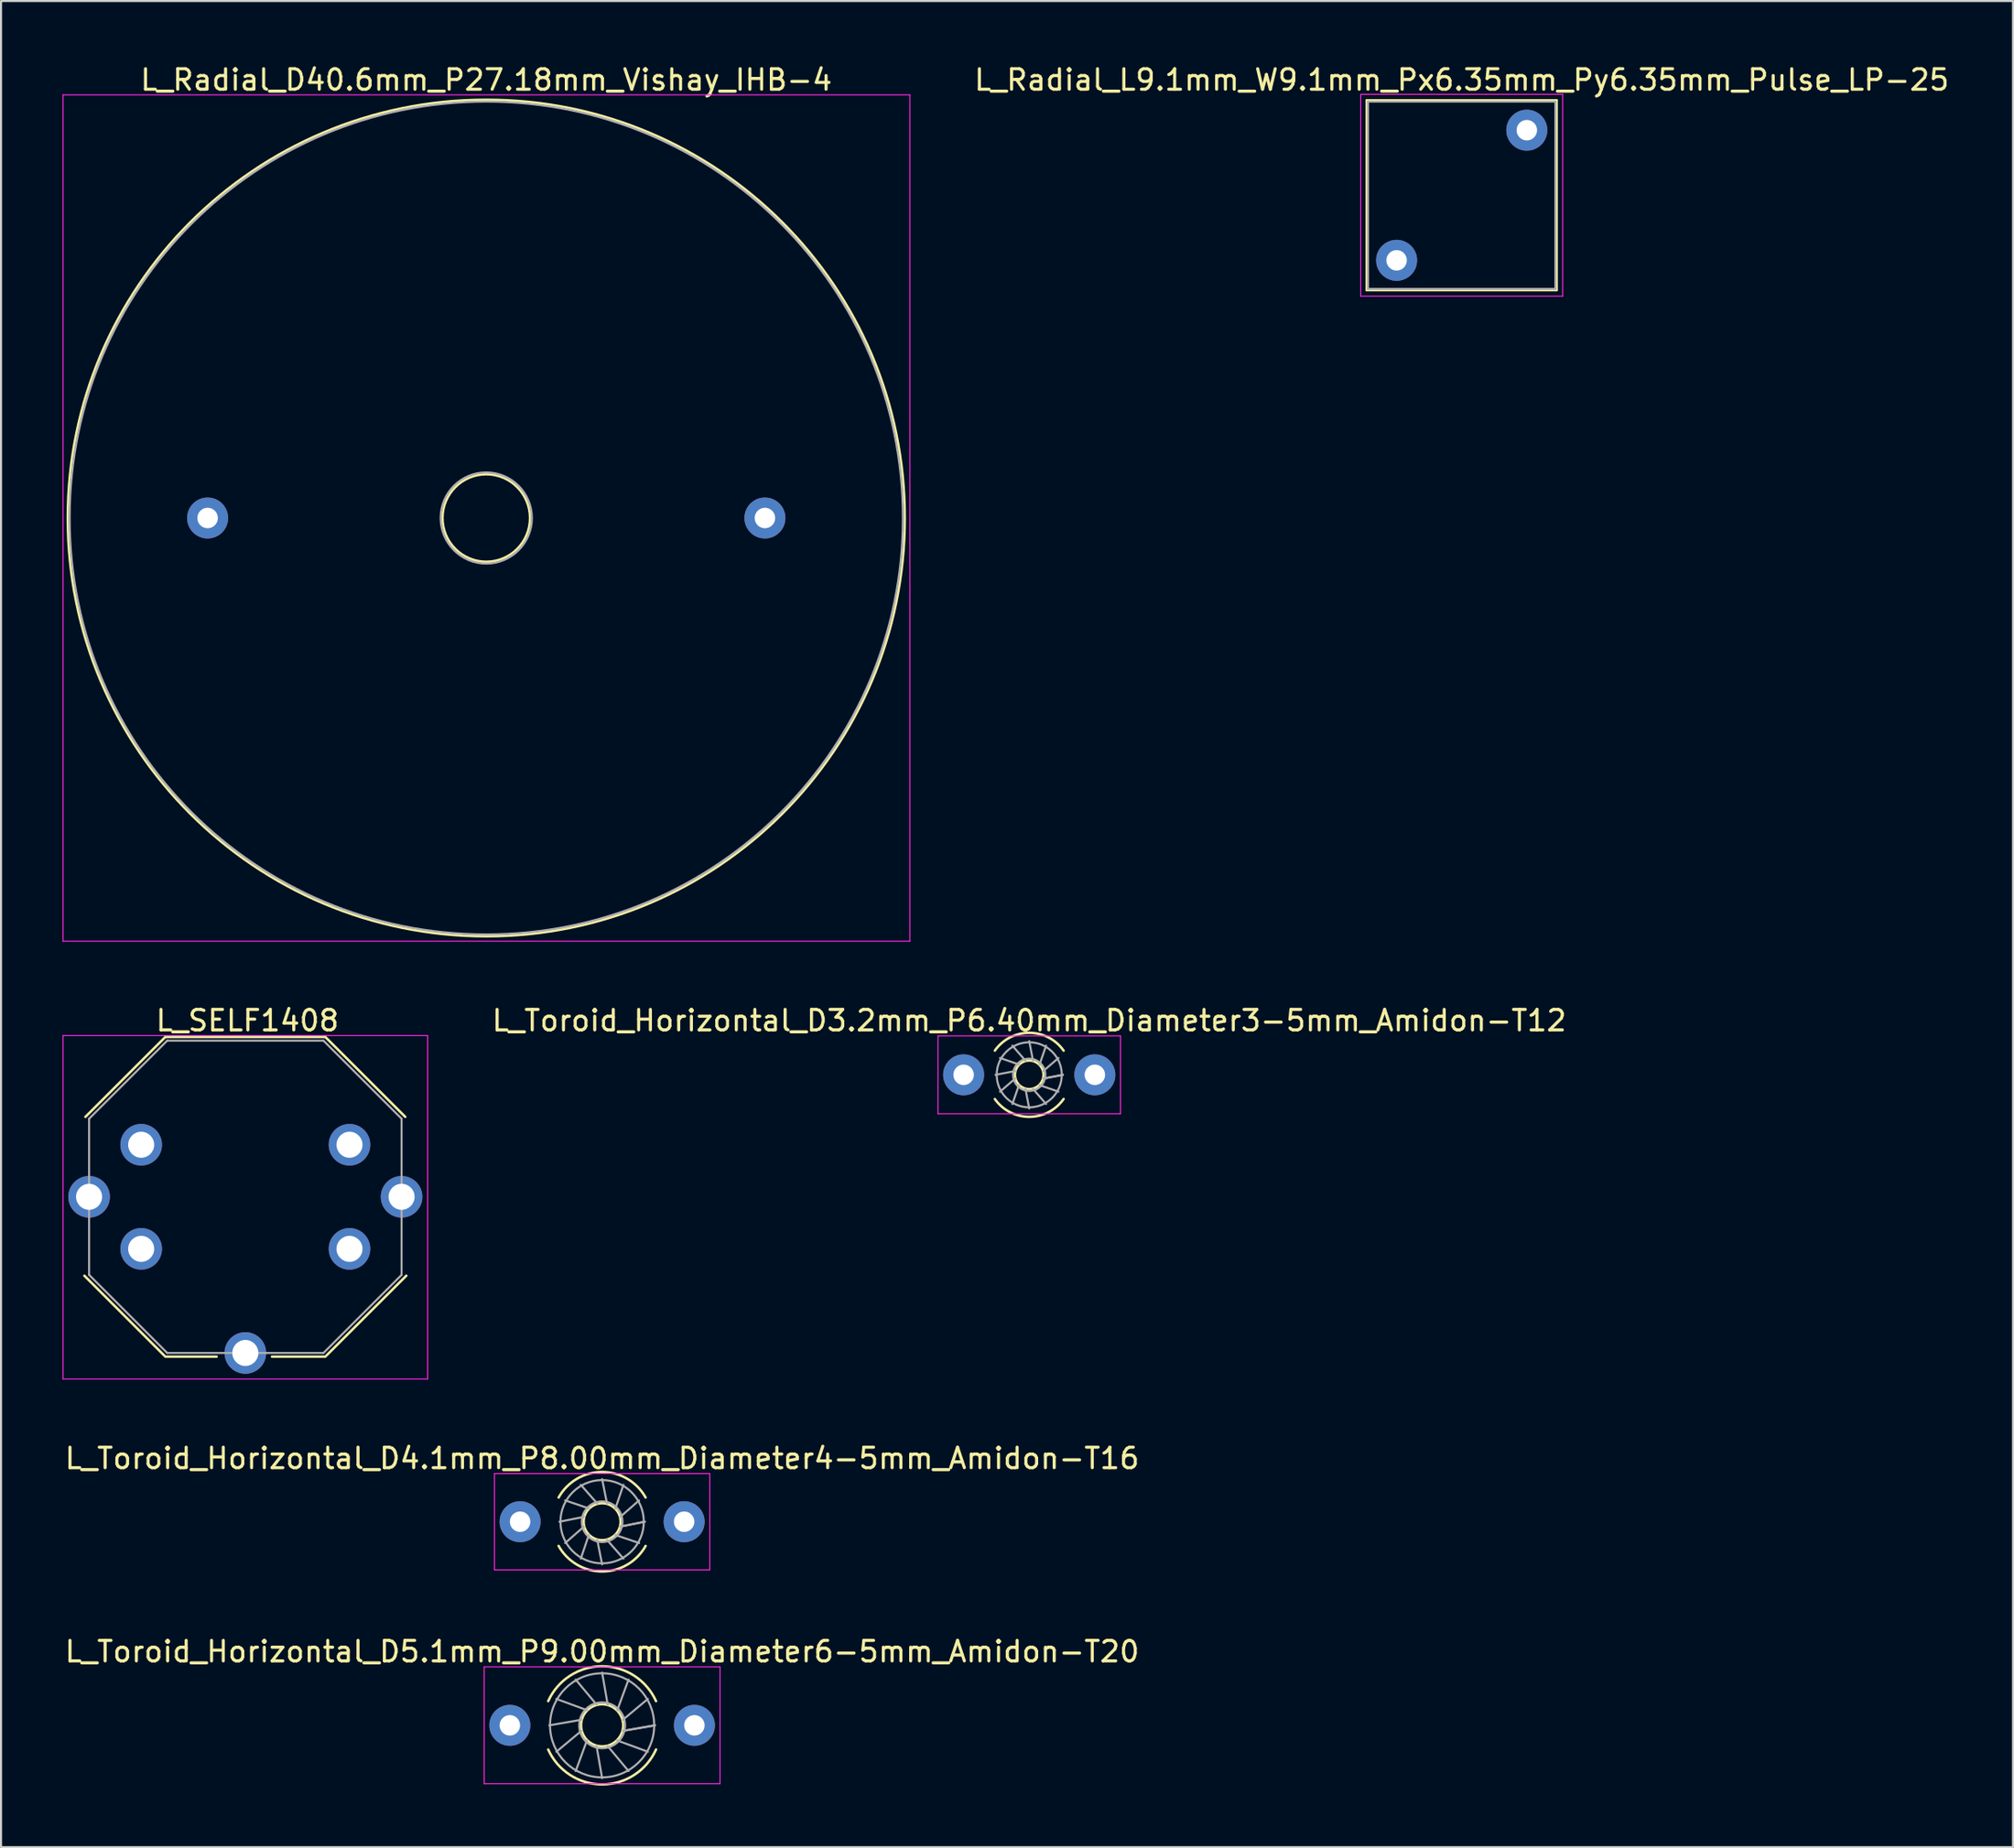
<source format=kicad_pcb>
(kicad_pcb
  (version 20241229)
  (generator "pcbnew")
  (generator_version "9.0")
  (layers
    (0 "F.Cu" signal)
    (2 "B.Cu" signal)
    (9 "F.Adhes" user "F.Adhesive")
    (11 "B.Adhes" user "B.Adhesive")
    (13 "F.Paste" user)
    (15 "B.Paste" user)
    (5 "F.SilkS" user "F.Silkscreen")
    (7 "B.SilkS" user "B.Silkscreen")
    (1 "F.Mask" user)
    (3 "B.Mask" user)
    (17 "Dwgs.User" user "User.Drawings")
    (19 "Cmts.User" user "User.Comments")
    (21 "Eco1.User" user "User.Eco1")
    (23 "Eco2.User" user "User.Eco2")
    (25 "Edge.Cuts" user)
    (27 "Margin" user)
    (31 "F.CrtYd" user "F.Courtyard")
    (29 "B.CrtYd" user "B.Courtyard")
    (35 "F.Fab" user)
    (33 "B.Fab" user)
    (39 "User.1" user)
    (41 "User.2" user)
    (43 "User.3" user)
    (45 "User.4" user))
  (footprint "L_Toroid_Horizontal_D5.1mm_P9.00mm_Diameter6-5mm_Amidon-T20"
    (layer "F.Cu")
    (at 21.815 81.143)
    (property "Reference" "L_Toroid_Horizontal_D5.1mm_P9.00mm_Diameter6-5mm_Amidon-T20" (at 4.5 -3.6 0) (layer "F.SilkS") (effects (font (size 1 1) (thickness 0.15))))
    (attr through_hole)
    (fp_arc (start 1.87 -1.18) (mid 4.50072 -2.882586) (end 7.130589 -1.178687) (stroke (width 0.12) (type solid)) (layer "F.SilkS"))
    (fp_arc (start 7.130589 1.178687) (mid 4.50072 2.882586) (end 1.87 1.18) (stroke (width 0.12) (type solid)) (layer "F.SilkS"))
    (fp_circle (center 4.5 0) (end 5.528 0) (stroke (width 0.12) (type solid)) (fill no) (layer "F.SilkS"))
    (fp_line (start -1.25 -2.85) (end -1.25 2.85) (stroke (width 0.05) (type solid)) (layer "F.CrtYd"))
    (fp_line (start -1.25 2.85) (end 10.25 2.85) (stroke (width 0.05) (type solid)) (layer "F.CrtYd"))
    (fp_line (start 10.25 -2.85) (end -1.25 -2.85) (stroke (width 0.05) (type solid)) (layer "F.CrtYd"))
    (fp_line (start 10.25 2.85) (end 10.25 -2.85) (stroke (width 0.05) (type solid)) (layer "F.CrtYd"))
    (fp_line (start 1.923 0.000239) (end 3.488 -0.271) (stroke (width 0.1) (type solid)) (layer "F.Fab"))
    (fp_line (start 2.268 -1.288) (end 3.759 -0.741) (stroke (width 0.1) (type solid)) (layer "F.Fab"))
    (fp_line (start 2.268 1.289) (end 3.488 0.271) (stroke (width 0.1) (type solid)) (layer "F.Fab"))
    (fp_line (start 3.211 -2.232) (end 4.229 -1.012) (stroke (width 0.1) (type solid)) (layer "F.Fab"))
    (fp_line (start 3.211 2.232) (end 3.759 0.741) (stroke (width 0.1) (type solid)) (layer "F.Fab"))
    (fp_line (start 4.5 -2.577) (end 4.771 -1.012) (stroke (width 0.1) (type solid)) (layer "F.Fab"))
    (fp_line (start 4.5 2.577) (end 4.229 1.012) (stroke (width 0.1) (type solid)) (layer "F.Fab"))
    (fp_line (start 5.788 -2.232) (end 5.241 -0.741) (stroke (width 0.1) (type solid)) (layer "F.Fab"))
    (fp_line (start 5.789 2.232) (end 4.771 1.012) (stroke (width 0.1) (type solid)) (layer "F.Fab"))
    (fp_line (start 6.732 -1.289) (end 5.512 -0.271) (stroke (width 0.1) (type solid)) (layer "F.Fab"))
    (fp_line (start 6.732 1.289) (end 5.241 0.741) (stroke (width 0.1) (type solid)) (layer "F.Fab"))
    (fp_line (start 7.077 -0.000478) (end 5.512 0.271) (stroke (width 0.1) (type solid)) (layer "F.Fab"))
    (fp_line (start 7.077 0) (end 5.512 0.271) (stroke (width 0.1) (type solid)) (layer "F.Fab"))
    (fp_circle (center 4.5 0) (end 5.618 0) (stroke (width 0.1) (type solid)) (fill no) (layer "F.Fab"))
    (fp_circle (center 4.5 0) (end 7.04 0) (stroke (width 0.1) (type solid)) (fill no) (layer "F.Fab"))
    (pad "1" thru_hole circle (at 0 0) (size 2 2) (drill 1) (layers "*.Cu" "*.Mask"))
    (pad "2" thru_hole circle (at 9 0) (size 2 2) (drill 1) (layers "*.Cu" "*.Mask")))
  (footprint "L_Toroid_Horizontal_D4.1mm_P8.00mm_Diameter4-5mm_Amidon-T16"
    (layer "F.Cu")
    (at 22.315 71.207)
    (property "Reference" "L_Toroid_Horizontal_D4.1mm_P8.00mm_Diameter4-5mm_Amidon-T16" (at 4 -3.092 0) (layer "F.SilkS") (effects (font (size 1 1) (thickness 0.15))))
    (attr through_hole)
    (fp_arc (start 1.878 -1.18) (mid 3.999048 -2.42802) (end 6.121074 -1.181664) (stroke (width 0.12) (type solid)) (layer "F.SilkS"))
    (fp_arc (start 6.121074 1.181664) (mid 3.999048 2.428021) (end 1.878 1.18) (stroke (width 0.12) (type solid)) (layer "F.SilkS"))
    (fp_circle (center 4 0) (end 4.901 0) (stroke (width 0.12) (type solid)) (fill no) (layer "F.SilkS"))
    (fp_line (start -1.25 -2.35) (end -1.25 2.35) (stroke (width 0.05) (type solid)) (layer "F.CrtYd"))
    (fp_line (start -1.25 2.35) (end 9.25 2.35) (stroke (width 0.05) (type solid)) (layer "F.CrtYd"))
    (fp_line (start 9.25 -2.35) (end -1.25 -2.35) (stroke (width 0.05) (type solid)) (layer "F.CrtYd"))
    (fp_line (start 9.25 2.35) (end 9.25 -2.35) (stroke (width 0.05) (type solid)) (layer "F.CrtYd"))
    (fp_line (start 1.92 0.000193) (end 3.113 -0.238) (stroke (width 0.1) (type solid)) (layer "F.Fab"))
    (fp_line (start 2.199 -1.04) (end 3.35 -0.649) (stroke (width 0.1) (type solid)) (layer "F.Fab"))
    (fp_line (start 2.199 1.04) (end 3.113 0.238) (stroke (width 0.1) (type solid)) (layer "F.Fab"))
    (fp_line (start 2.96 -1.801) (end 3.762 -0.887) (stroke (width 0.1) (type solid)) (layer "F.Fab"))
    (fp_line (start 2.96 1.801) (end 3.35 0.65) (stroke (width 0.1) (type solid)) (layer "F.Fab"))
    (fp_line (start 4 -2.08) (end 4.238 -0.887) (stroke (width 0.1) (type solid)) (layer "F.Fab"))
    (fp_line (start 4 2.08) (end 3.762 0.887) (stroke (width 0.1) (type solid)) (layer "F.Fab"))
    (fp_line (start 5.04 -1.801) (end 4.649 -0.65) (stroke (width 0.1) (type solid)) (layer "F.Fab"))
    (fp_line (start 5.04 1.801) (end 4.238 0.887) (stroke (width 0.1) (type solid)) (layer "F.Fab"))
    (fp_line (start 5.801 -1.04) (end 4.887 -0.238) (stroke (width 0.1) (type solid)) (layer "F.Fab"))
    (fp_line (start 5.801 1.04) (end 4.65 0.65) (stroke (width 0.1) (type solid)) (layer "F.Fab"))
    (fp_line (start 6.08 -0.000385) (end 4.887 0.238) (stroke (width 0.1) (type solid)) (layer "F.Fab"))
    (fp_line (start 6.08 0) (end 4.887 0.238) (stroke (width 0.1) (type solid)) (layer "F.Fab"))
    (fp_circle (center 4 0) (end 4.991 0) (stroke (width 0.1) (type solid)) (fill no) (layer "F.Fab"))
    (fp_circle (center 4 0) (end 6.032 0) (stroke (width 0.1) (type solid)) (fill no) (layer "F.Fab"))
    (pad "1" thru_hole circle (at 0 0) (size 2 2) (drill 1) (layers "*.Cu" "*.Mask"))
    (pad "2" thru_hole circle (at 8 0) (size 2 2) (drill 1) (layers "*.Cu" "*.Mask")))
  (footprint "L_Toroid_Horizontal_D3.2mm_P6.40mm_Diameter3-5mm_Amidon-T12"
    (layer "F.Cu")
    (at 43.945 49.399)
    (property "Reference" "L_Toroid_Horizontal_D3.2mm_P6.40mm_Diameter3-5mm_Amidon-T12" (at 3.2 -2.647 0) (layer "F.SilkS") (effects (font (size 1 1) (thickness 0.15))))
    (attr through_hole)
    (fp_arc (start 1.5225 -1.18) (mid 3.200845 -2.050952) (end 4.878472 -1.178617) (stroke (width 0.12) (type solid)) (layer "F.SilkS"))
    (fp_arc (start 4.878472 1.178617) (mid 3.200845 2.050952) (end 1.5225 1.18) (stroke (width 0.12) (type solid)) (layer "F.SilkS"))
    (fp_circle (center 3.2 0) (end 3.897 0) (stroke (width 0.12) (type solid)) (fill no) (layer "F.SilkS"))
    (fp_line (start -1.25 -1.9) (end -1.25 1.9) (stroke (width 0.05) (type solid)) (layer "F.CrtYd"))
    (fp_line (start -1.25 1.9) (end 7.65 1.9) (stroke (width 0.05) (type solid)) (layer "F.CrtYd"))
    (fp_line (start 7.65 -1.9) (end -1.25 -1.9) (stroke (width 0.05) (type solid)) (layer "F.CrtYd"))
    (fp_line (start 7.65 1.9) (end 7.65 -1.9) (stroke (width 0.05) (type solid)) (layer "F.CrtYd"))
    (fp_line (start 1.556 0.000152) (end 2.513 -0.184) (stroke (width 0.1) (type solid)) (layer "F.Fab"))
    (fp_line (start 1.776 -0.822) (end 2.697 -0.503) (stroke (width 0.1) (type solid)) (layer "F.Fab"))
    (fp_line (start 1.776 0.822) (end 2.513 0.184) (stroke (width 0.1) (type solid)) (layer "F.Fab"))
    (fp_line (start 2.378 -1.424) (end 3.016 -0.687) (stroke (width 0.1) (type solid)) (layer "F.Fab"))
    (fp_line (start 2.378 1.424) (end 2.697 0.503) (stroke (width 0.1) (type solid)) (layer "F.Fab"))
    (fp_line (start 3.2 -1.644) (end 3.384 -0.687) (stroke (width 0.1) (type solid)) (layer "F.Fab"))
    (fp_line (start 3.2 1.644) (end 3.016 0.687) (stroke (width 0.1) (type solid)) (layer "F.Fab"))
    (fp_line (start 4.022 -1.424) (end 3.703 -0.503) (stroke (width 0.1) (type solid)) (layer "F.Fab"))
    (fp_line (start 4.022 1.424) (end 3.384 0.687) (stroke (width 0.1) (type solid)) (layer "F.Fab"))
    (fp_line (start 4.624 -0.822) (end 3.887 -0.184) (stroke (width 0.1) (type solid)) (layer "F.Fab"))
    (fp_line (start 4.624 0.822) (end 3.703 0.503) (stroke (width 0.1) (type solid)) (layer "F.Fab"))
    (fp_line (start 4.844 -0.000305) (end 3.887 0.184) (stroke (width 0.1) (type solid)) (layer "F.Fab"))
    (fp_line (start 4.844 0) (end 3.887 0.184) (stroke (width 0.1) (type solid)) (layer "F.Fab"))
    (fp_circle (center 3.2 0) (end 3.987 0) (stroke (width 0.1) (type solid)) (fill no) (layer "F.Fab"))
    (fp_circle (center 3.2 0) (end 4.787 0) (stroke (width 0.1) (type solid)) (fill no) (layer "F.Fab"))
    (pad "1" thru_hole circle (at 0 0) (size 2 2) (drill 1) (layers "*.Cu" "*.Mask"))
    (pad "2" thru_hole circle (at 6.4 0) (size 2 2) (drill 1) (layers "*.Cu" "*.Mask")))
  (footprint "L_SELF1408"
    (layer "F.Cu")
    (at 1.295 55.352)
    (property "Reference" "L_SELF1408" (at 7.72 -8.6 0) (layer "F.SilkS") (effects (font (size 1 1) (thickness 0.15))))
    (attr through_hole)
    (fp_line (start -0.18 -3.9) (end 3.72 -7.8) (stroke (width 0.12) (type solid)) (layer "F.SilkS"))
    (fp_line (start 3.67 7.75) (end -0.23 3.85) (stroke (width 0.12) (type solid)) (layer "F.SilkS"))
    (fp_line (start 3.72 -7.8) (end 11.52 -7.8) (stroke (width 0.12) (type solid)) (layer "F.SilkS"))
    (fp_line (start 6.22 7.8) (end 3.72 7.8) (stroke (width 0.12) (type solid)) (layer "F.SilkS"))
    (fp_line (start 11.52 -7.8) (end 15.42 -3.9) (stroke (width 0.12) (type solid)) (layer "F.SilkS"))
    (fp_line (start 11.52 7.8) (end 8.92 7.8) (stroke (width 0.12) (type solid)) (layer "F.SilkS"))
    (fp_line (start 15.47 3.85) (end 11.57 7.75) (stroke (width 0.12) (type solid)) (layer "F.SilkS"))
    (fp_line (start -1.27 -7.87) (end -1.27 8.89) (stroke (width 0.05) (type solid)) (layer "F.CrtYd"))
    (fp_line (start -1.27 -7.87) (end 16.51 -7.87) (stroke (width 0.05) (type solid)) (layer "F.CrtYd"))
    (fp_line (start 16.51 8.89) (end -1.27 8.89) (stroke (width 0.05) (type solid)) (layer "F.CrtYd"))
    (fp_line (start 16.51 8.89) (end 16.51 -7.87) (stroke (width 0.05) (type solid)) (layer "F.CrtYd"))
    (fp_line (start 0 -3.81) (end 0 3.81) (stroke (width 0.1) (type solid)) (layer "F.Fab"))
    (fp_line (start 0 3.81) (end 3.81 7.62) (stroke (width 0.1) (type solid)) (layer "F.Fab"))
    (fp_line (start 3.81 -7.62) (end 0 -3.81) (stroke (width 0.1) (type solid)) (layer "F.Fab"))
    (fp_line (start 3.81 7.62) (end 11.43 7.62) (stroke (width 0.1) (type solid)) (layer "F.Fab"))
    (fp_line (start 11.43 -7.62) (end 3.81 -7.62) (stroke (width 0.1) (type solid)) (layer "F.Fab"))
    (fp_line (start 11.43 7.62) (end 15.24 3.81) (stroke (width 0.1) (type solid)) (layer "F.Fab"))
    (fp_line (start 15.24 -3.81) (end 11.43 -7.62) (stroke (width 0.1) (type solid)) (layer "F.Fab"))
    (fp_line (start 15.24 3.81) (end 15.24 -3.81) (stroke (width 0.1) (type solid)) (layer "F.Fab"))
    (pad "0" thru_hole circle (at 7.62 7.62) (size 2.03 2.03) (drill 1.27) (layers "*.Cu" "*.Mask"))
    (pad "1" thru_hole circle (at 0 0) (size 2.03 2.03) (drill 1.27) (layers "*.Cu" "*.Mask"))
    (pad "1" thru_hole circle (at 2.54 -2.54) (size 2.03 2.03) (drill 1.27) (layers "*.Cu" "*.Mask"))
    (pad "1" thru_hole circle (at 2.54 2.54) (size 2.03 2.03) (drill 1.27) (layers "*.Cu" "*.Mask"))
    (pad "2" thru_hole circle (at 12.7 -2.54) (size 2.03 2.03) (drill 1.27) (layers "*.Cu" "*.Mask"))
    (pad "2" thru_hole circle (at 12.7 2.54) (size 2.03 2.03) (drill 1.27) (layers "*.Cu" "*.Mask"))
    (pad "2" thru_hole circle (at 15.24 0) (size 2.03 2.03) (drill 1.27) (layers "*.Cu" "*.Mask")))
  (footprint "L_Radial_D40.6mm_P27.18mm_Vishay_IHB-4"
    (layer "F.Cu")
    (at 7.075 22.228)
    (property "Reference" "L_Radial_D40.6mm_P27.18mm_Vishay_IHB-4" (at 13.59 -21.38 0) (layer "F.SilkS") (effects (font (size 1 1) (thickness 0.15))))
    (attr through_hole)
    (fp_circle (center 13.59 0) (end 15.725 0) (stroke (width 0.12) (type solid)) (fill no) (layer "F.SilkS"))
    (fp_circle (center 13.59 0) (end 34 0) (stroke (width 0.12) (type solid)) (fill no) (layer "F.SilkS"))
    (fp_line (start -7.05 -20.65) (end -7.05 20.65) (stroke (width 0.05) (type solid)) (layer "F.CrtYd"))
    (fp_line (start -7.05 20.65) (end 34.25 20.65) (stroke (width 0.05) (type solid)) (layer "F.CrtYd"))
    (fp_line (start 34.25 -20.65) (end -7.05 -20.65) (stroke (width 0.05) (type solid)) (layer "F.CrtYd"))
    (fp_line (start 34.25 20.65) (end 34.25 -20.65) (stroke (width 0.05) (type solid)) (layer "F.CrtYd"))
    (fp_circle (center 13.59 0) (end 15.815 0) (stroke (width 0.1) (type solid)) (fill no) (layer "F.Fab"))
    (fp_circle (center 13.59 0) (end 33.91 0) (stroke (width 0.1) (type solid)) (fill no) (layer "F.Fab"))
    (pad "1" thru_hole circle (at 0 0) (size 2 2) (drill 1) (layers "*.Cu" "*.Mask"))
    (pad "2" thru_hole circle (at 27.18 0) (size 2 2) (drill 1) (layers "*.Cu" "*.Mask")))
  (footprint "L_Radial_L9.1mm_W9.1mm_Px6.35mm_Py6.35mm_Pulse_LP-25"
    (layer "F.Cu")
    (at 65.062 9.653)
    (property "Reference" "L_Radial_L9.1mm_W9.1mm_Px6.35mm_Py6.35mm_Pulse_LP-25" (at 3.175 -8.805 0) (layer "F.SilkS") (effects (font (size 1 1) (thickness 0.15))))
    (attr through_hole)
    (fp_line (start -1.455 -7.805) (end -1.455 1.455) (stroke (width 0.12) (type solid)) (layer "F.SilkS"))
    (fp_line (start -1.455 -7.805) (end 7.805 -7.805) (stroke (width 0.12) (type solid)) (layer "F.SilkS"))
    (fp_line (start -1.455 1.455) (end 7.805 1.455) (stroke (width 0.12) (type solid)) (layer "F.SilkS"))
    (fp_line (start 7.805 -7.805) (end 7.805 1.455) (stroke (width 0.12) (type solid)) (layer "F.SilkS"))
    (fp_line (start -1.75 -8.1) (end -1.75 1.75) (stroke (width 0.05) (type solid)) (layer "F.CrtYd"))
    (fp_line (start -1.75 1.75) (end 8.1 1.75) (stroke (width 0.05) (type solid)) (layer "F.CrtYd"))
    (fp_line (start 8.1 -8.1) (end -1.75 -8.1) (stroke (width 0.05) (type solid)) (layer "F.CrtYd"))
    (fp_line (start 8.1 1.75) (end 8.1 -8.1) (stroke (width 0.05) (type solid)) (layer "F.CrtYd"))
    (fp_line (start -1.395 -7.745) (end -1.395 1.395) (stroke (width 0.1) (type solid)) (layer "F.Fab"))
    (fp_line (start -1.395 1.395) (end 7.745 1.395) (stroke (width 0.1) (type solid)) (layer "F.Fab"))
    (fp_line (start 7.745 -7.745) (end -1.395 -7.745) (stroke (width 0.1) (type solid)) (layer "F.Fab"))
    (fp_line (start 7.745 1.395) (end 7.745 -7.745) (stroke (width 0.1) (type solid)) (layer "F.Fab"))
    (pad "1" thru_hole circle (at 0 0) (size 2 2) (drill 1) (layers "*.Cu" "*.Mask"))
    (pad "2" thru_hole circle (at 6.35 -6.35) (size 2 2) (drill 1) (layers "*.Cu" "*.Mask")))
  (gr_rect
    (start -3 -3)
    (end 95.124 87.086)
    (stroke (width 0.1) (type default))
    (fill no)
    (layer "Edge.Cuts")))
</source>
